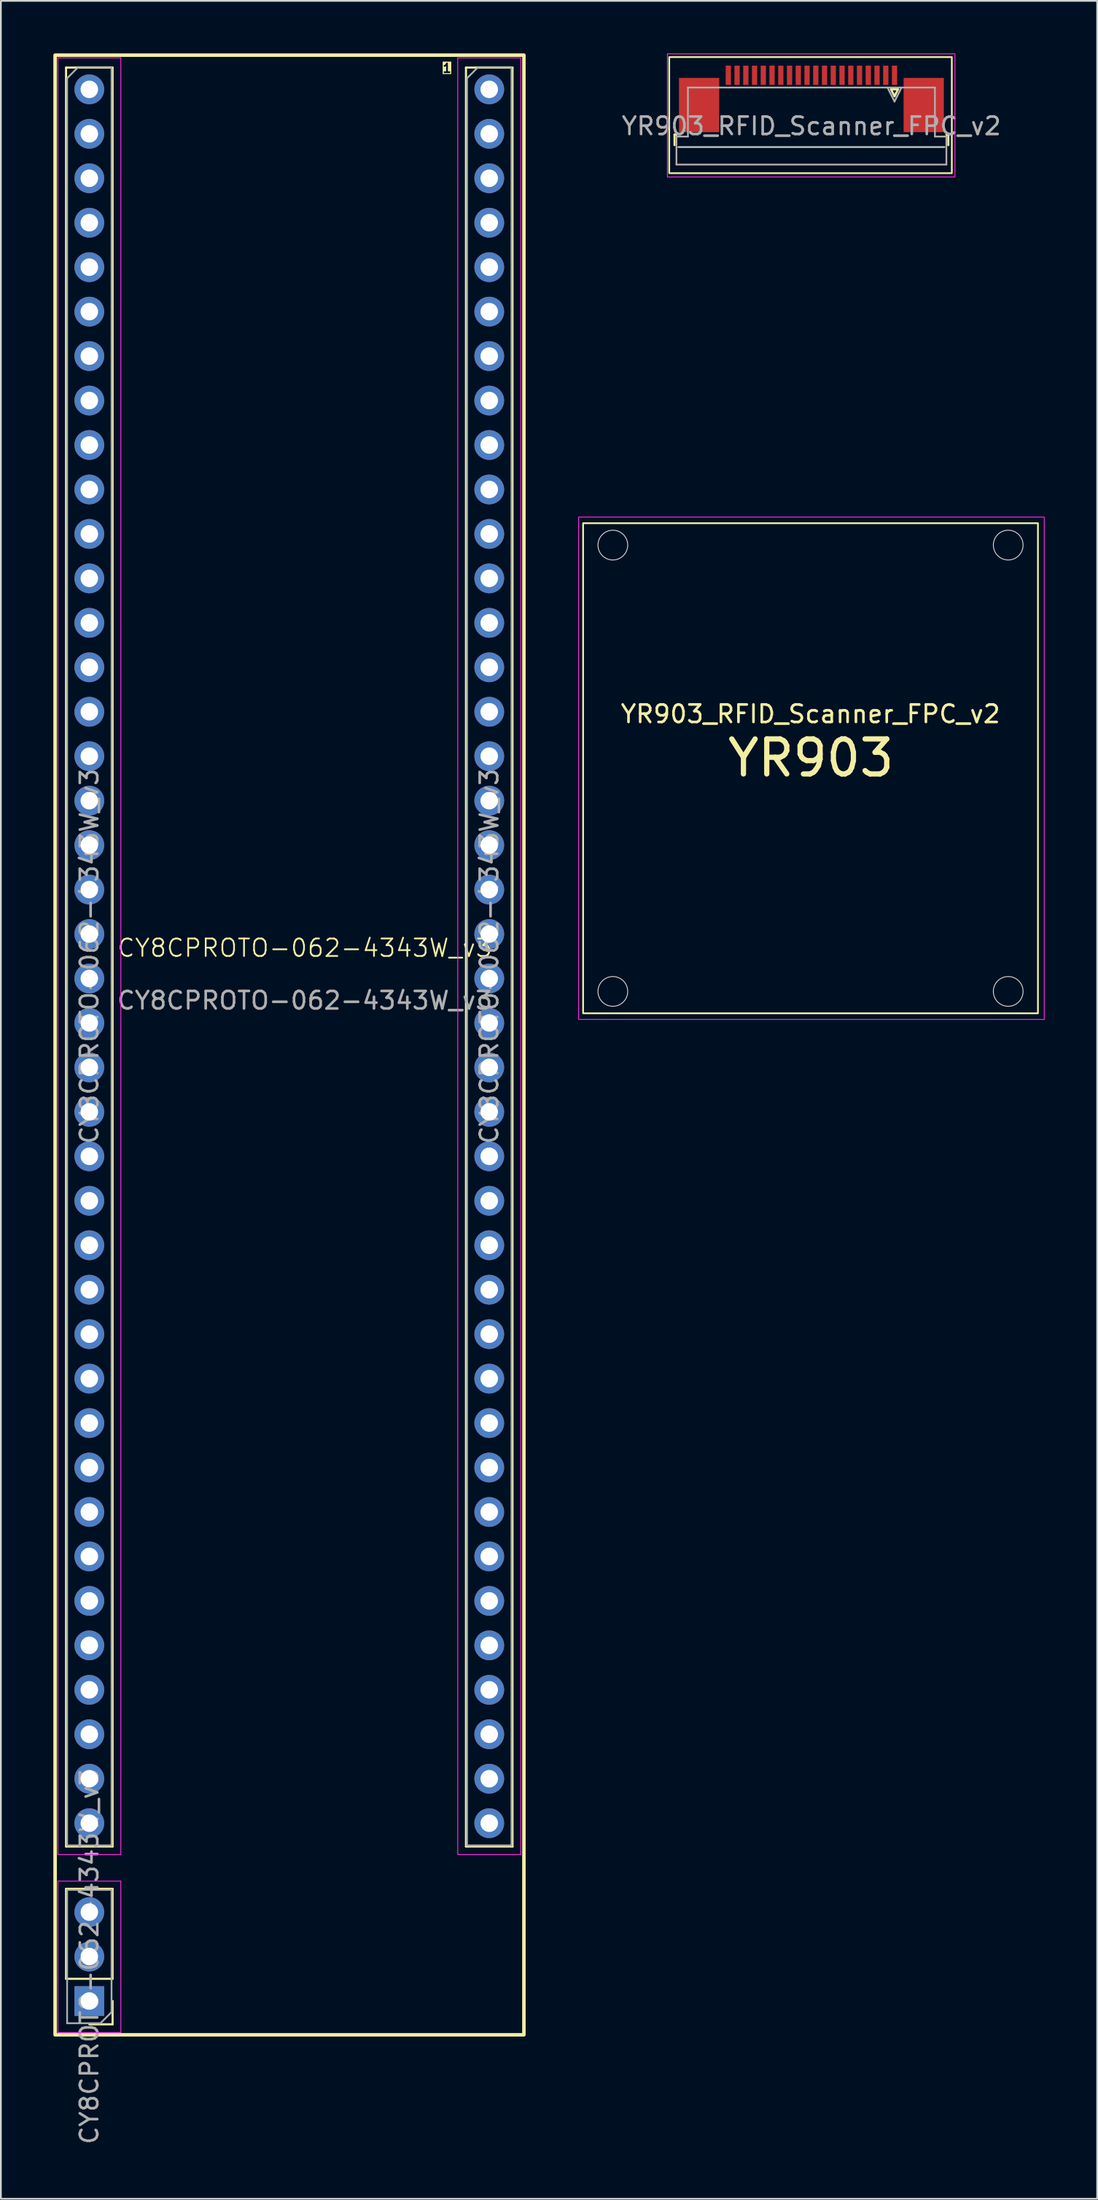
<source format=kicad_pcb>
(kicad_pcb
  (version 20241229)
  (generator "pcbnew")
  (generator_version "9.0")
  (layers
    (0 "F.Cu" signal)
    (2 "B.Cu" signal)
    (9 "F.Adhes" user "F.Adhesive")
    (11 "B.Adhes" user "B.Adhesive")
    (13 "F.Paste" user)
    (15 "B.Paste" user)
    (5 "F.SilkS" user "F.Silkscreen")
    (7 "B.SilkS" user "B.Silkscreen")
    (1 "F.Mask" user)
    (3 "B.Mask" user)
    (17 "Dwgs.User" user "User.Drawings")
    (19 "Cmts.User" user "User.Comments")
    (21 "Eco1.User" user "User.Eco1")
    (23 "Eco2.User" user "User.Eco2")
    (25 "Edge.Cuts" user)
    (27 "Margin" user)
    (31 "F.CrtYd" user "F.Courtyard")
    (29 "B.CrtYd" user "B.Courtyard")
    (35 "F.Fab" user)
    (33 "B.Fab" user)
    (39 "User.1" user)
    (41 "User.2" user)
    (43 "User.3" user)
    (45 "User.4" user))
  (footprint "YR903_RFID_Scanner_FPC_v2"
    (layer "F.Cu")
    (at 43.281 40.843)
    (property "Reference" "YR903_RFID_Scanner_FPC_v2" (at 0 -3.1 0) (layer "F.SilkS") (effects (font (size 1 1) (thickness 0.15))))
    (attr smd)
    (fp_line (start -7.774 -36.202) (end -7.774 -35.602) (stroke (width 0.12) (type solid)) (layer "F.SilkS"))
    (fp_line (start -7.664 -36.202) (end -7.774 -36.202) (stroke (width 0.12) (type solid)) (layer "F.SilkS"))
    (fp_line (start 4.601 -38.792) (end 5.001 -38.792) (stroke (width 0.12) (type solid)) (layer "F.SilkS"))
    (fp_line (start 4.801 -38.392) (end 4.601 -38.792) (stroke (width 0.12) (type solid)) (layer "F.SilkS"))
    (fp_line (start 5.001 -38.792) (end 4.801 -38.392) (stroke (width 0.12) (type solid)) (layer "F.SilkS"))
    (fp_line (start 7.766 -36.202) (end 7.876 -36.202) (stroke (width 0.12) (type solid)) (layer "F.SilkS"))
    (fp_line (start 7.876 -36.202) (end 7.876 -35.602) (stroke (width 0.12) (type solid)) (layer "F.SilkS"))
    (fp_rect (start -13 -14) (end 13 14) (stroke (width 0.1) (type default)) (fill no) (layer "F.SilkS"))
    (fp_rect (start 8.077 -40.63) (end -8.077 -34) (stroke (width 0.1) (type default)) (fill no) (layer "F.SilkS"))
    (fp_line (start -7.554 -35.492) (end 7.656 -35.492) (stroke (width 0.1) (type solid)) (layer "Dwgs.User"))
    (fp_circle (center -11.3 -12.75) (end -10.45 -12.75) (stroke (width 0.05) (type default)) (fill no) (layer "Edge.Cuts"))
    (fp_circle (center -11.3 12.75) (end -10.45 12.75) (stroke (width 0.05) (type default)) (fill no) (layer "Edge.Cuts"))
    (fp_circle (center 11.3 -12.75) (end 12.15 -12.75) (stroke (width 0.05) (type default)) (fill no) (layer "Edge.Cuts"))
    (fp_circle (center 11.3 12.75) (end 12.15 12.75) (stroke (width 0.05) (type default)) (fill no) (layer "Edge.Cuts"))
    (fp_rect (start -13.259 -14.351) (end 13.36 14.351) (stroke (width 0.05) (type default)) (fill no) (layer "F.CrtYd"))
    (fp_rect (start -8.179 -40.818) (end 8.255 -33.782) (stroke (width 0.05) (type default)) (fill no) (layer "F.CrtYd"))
    (fp_line (start -7.664 -36.092) (end -7.664 -34.492) (stroke (width 0.1) (type solid)) (layer "F.Fab"))
    (fp_line (start -7.664 -34.492) (end 7.766 -34.492) (stroke (width 0.1) (type solid)) (layer "F.Fab"))
    (fp_line (start -7.009 -38.892) (end -7.009 -36.092) (stroke (width 0.1) (type solid)) (layer "F.Fab"))
    (fp_line (start -7.009 -36.092) (end -7.664 -36.092) (stroke (width 0.1) (type solid)) (layer "F.Fab"))
    (fp_line (start 4.801 -38.092) (end 4.401 -38.892) (stroke (width 0.1) (type solid)) (layer "F.Fab"))
    (fp_line (start 5.201 -38.892) (end 4.801 -38.092) (stroke (width 0.1) (type solid)) (layer "F.Fab"))
    (fp_line (start 7.111 -38.892) (end -7.009 -38.892) (stroke (width 0.1) (type solid)) (layer "F.Fab"))
    (fp_line (start 7.111 -36.092) (end 7.111 -38.892) (stroke (width 0.1) (type solid)) (layer "F.Fab"))
    (fp_line (start 7.766 -36.092) (end 7.111 -36.092) (stroke (width 0.1) (type solid)) (layer "F.Fab"))
    (fp_line (start 7.766 -34.492) (end 7.766 -36.092) (stroke (width 0.1) (type solid)) (layer "F.Fab"))
    (fp_text user "YR903" (at -4.889 0.585 0) (unlocked yes) (layer "F.SilkS") (effects (font (size 2 2) (thickness 0.3)) (justify left bottom)))
    (fp_text user "${REFERENCE}" (at 0.051 -36.692 0) (layer "F.Fab") (effects (font (size 1 1) (thickness 0.15))))
    (pad "1" smd rect (at 4.801 -39.592) (size 0.3 1.1) (layers "F.Cu" "F.Mask" "F.Paste"))
    (pad "2" smd rect (at 4.301 -39.592) (size 0.3 1.1) (layers "F.Cu" "F.Mask" "F.Paste"))
    (pad "3" smd rect (at 3.801 -39.592) (size 0.3 1.1) (layers "F.Cu" "F.Mask" "F.Paste"))
    (pad "4" smd rect (at 3.301 -39.592) (size 0.3 1.1) (layers "F.Cu" "F.Mask" "F.Paste"))
    (pad "5" smd rect (at 2.801 -39.592) (size 0.3 1.1) (layers "F.Cu" "F.Mask" "F.Paste"))
    (pad "6" smd rect (at 2.301 -39.592) (size 0.3 1.1) (layers "F.Cu" "F.Mask" "F.Paste"))
    (pad "7" smd rect (at 1.801 -39.592) (size 0.3 1.1) (layers "F.Cu" "F.Mask" "F.Paste"))
    (pad "8" smd rect (at 1.301 -39.592) (size 0.3 1.1) (layers "F.Cu" "F.Mask" "F.Paste"))
    (pad "9" smd rect (at 0.801 -39.592) (size 0.3 1.1) (layers "F.Cu" "F.Mask" "F.Paste"))
    (pad "10" smd rect (at 0.301 -39.592) (size 0.3 1.1) (layers "F.Cu" "F.Mask" "F.Paste"))
    (pad "11" smd rect (at -0.199 -39.592) (size 0.3 1.1) (layers "F.Cu" "F.Mask" "F.Paste"))
    (pad "12" smd rect (at -0.699 -39.592) (size 0.3 1.1) (layers "F.Cu" "F.Mask" "F.Paste"))
    (pad "13" smd rect (at -1.199 -39.592) (size 0.3 1.1) (layers "F.Cu" "F.Mask" "F.Paste"))
    (pad "14" smd rect (at -1.699 -39.592) (size 0.3 1.1) (layers "F.Cu" "F.Mask" "F.Paste"))
    (pad "15" smd rect (at -2.199 -39.592) (size 0.3 1.1) (layers "F.Cu" "F.Mask" "F.Paste"))
    (pad "16" smd rect (at -2.699 -39.592) (size 0.3 1.1) (layers "F.Cu" "F.Mask" "F.Paste"))
    (pad "17" smd rect (at -3.199 -39.592) (size 0.3 1.1) (layers "F.Cu" "F.Mask" "F.Paste"))
    (pad "18" smd rect (at -3.699 -39.592) (size 0.3 1.1) (layers "F.Cu" "F.Mask" "F.Paste"))
    (pad "19" smd rect (at -4.199 -39.592) (size 0.3 1.1) (layers "F.Cu" "F.Mask" "F.Paste"))
    (pad "20" smd rect (at -4.699 -39.592) (size 0.3 1.1) (layers "F.Cu" "F.Mask" "F.Paste"))
    (pad "MP" smd rect (at -6.369 -37.892) (size 2.3 3.1) (layers "F.Cu" "F.Mask" "F.Paste"))
    (pad "MP" smd rect (at 6.471 -37.892) (size 2.3 3.1) (layers "F.Cu" "F.Mask" "F.Paste")))
  (footprint "CY8CPROTO-062-4343W_v3"
    (layer "F.Cu")
    (at 14.375 51.611)
    (property "Reference" "CY8CPROTO-062-4343W_v3" (at 0 -0.5 0) (unlocked yes) (layer "F.SilkS") (effects (font (size 1 1) (thickness 0.1))))
    (attr through_hole)
    (fp_line (start -13.649 -50.8) (end -13.649 50.834) (stroke (width 0.12) (type solid)) (layer "F.SilkS"))
    (fp_line (start -13.649 -50.8) (end -10.989 -50.8) (stroke (width 0.12) (type solid)) (layer "F.SilkS"))
    (fp_line (start -13.649 50.834) (end -10.989 50.834) (stroke (width 0.12) (type solid)) (layer "F.SilkS"))
    (fp_line (start -13.649 58.394) (end -13.649 53.254) (stroke (width 0.12) (type solid)) (layer "F.SilkS"))
    (fp_line (start -10.989 -50.8) (end -10.989 50.834) (stroke (width 0.12) (type solid)) (layer "F.SilkS"))
    (fp_line (start -10.989 53.254) (end -13.649 53.254) (stroke (width 0.12) (type solid)) (layer "F.SilkS"))
    (fp_line (start -10.989 58.394) (end -13.649 58.394) (stroke (width 0.12) (type solid)) (layer "F.SilkS"))
    (fp_line (start -10.989 58.394) (end -10.989 53.254) (stroke (width 0.12) (type solid)) (layer "F.SilkS"))
    (fp_line (start -10.989 59.664) (end -10.989 60.994) (stroke (width 0.12) (type solid)) (layer "F.SilkS"))
    (fp_line (start -10.989 60.994) (end -12.319 60.994) (stroke (width 0.12) (type solid)) (layer "F.SilkS"))
    (fp_line (start 9.211 -50.8) (end 9.211 50.834) (stroke (width 0.12) (type solid)) (layer "F.SilkS"))
    (fp_line (start 9.211 -50.8) (end 11.871 -50.8) (stroke (width 0.12) (type solid)) (layer "F.SilkS"))
    (fp_line (start 9.211 50.834) (end 11.871 50.834) (stroke (width 0.12) (type solid)) (layer "F.SilkS"))
    (fp_line (start 11.871 -50.8) (end 11.871 50.834) (stroke (width 0.12) (type solid)) (layer "F.SilkS"))
    (fp_rect (start -14.275 -51.511) (end 12.522 61.595) (stroke (width 0.2) (type solid)) (fill no) (layer "F.SilkS"))
    (fp_line (start -14.119 -51.356) (end -14.119 51.294) (stroke (width 0.05) (type solid)) (layer "F.CrtYd"))
    (fp_line (start -14.119 51.294) (end -10.519 51.294) (stroke (width 0.05) (type solid)) (layer "F.CrtYd"))
    (fp_line (start -14.119 52.814) (end -14.119 61.464) (stroke (width 0.05) (type solid)) (layer "F.CrtYd"))
    (fp_line (start -14.119 61.464) (end -10.519 61.464) (stroke (width 0.05) (type solid)) (layer "F.CrtYd"))
    (fp_line (start -10.519 -51.356) (end -14.119 -51.356) (stroke (width 0.05) (type solid)) (layer "F.CrtYd"))
    (fp_line (start -10.519 51.294) (end -10.519 -51.356) (stroke (width 0.05) (type solid)) (layer "F.CrtYd"))
    (fp_line (start -10.519 52.814) (end -14.119 52.814) (stroke (width 0.05) (type solid)) (layer "F.CrtYd"))
    (fp_line (start -10.519 61.464) (end -10.519 52.814) (stroke (width 0.05) (type solid)) (layer "F.CrtYd"))
    (fp_line (start 8.741 -51.356) (end 8.741 51.294) (stroke (width 0.05) (type solid)) (layer "F.CrtYd"))
    (fp_line (start 8.741 51.294) (end 12.341 51.294) (stroke (width 0.05) (type solid)) (layer "F.CrtYd"))
    (fp_line (start 12.341 -51.356) (end 8.741 -51.356) (stroke (width 0.05) (type solid)) (layer "F.CrtYd"))
    (fp_line (start 12.341 51.294) (end 12.341 -51.356) (stroke (width 0.05) (type solid)) (layer "F.CrtYd"))
    (fp_line (start -13.589 -50.191) (end -12.954 -50.826) (stroke (width 0.1) (type solid)) (layer "F.Fab"))
    (fp_line (start -13.589 50.774) (end -13.589 -50.191) (stroke (width 0.1) (type solid)) (layer "F.Fab"))
    (fp_line (start -13.589 53.314) (end -11.049 53.314) (stroke (width 0.1) (type solid)) (layer "F.Fab"))
    (fp_line (start -13.589 60.934) (end -13.589 53.314) (stroke (width 0.1) (type solid)) (layer "F.Fab"))
    (fp_line (start -12.954 -50.826) (end -11.049 -50.826) (stroke (width 0.1) (type solid)) (layer "F.Fab"))
    (fp_line (start -11.684 60.934) (end -13.589 60.934) (stroke (width 0.1) (type solid)) (layer "F.Fab"))
    (fp_line (start -11.049 -50.826) (end -11.049 50.774) (stroke (width 0.1) (type solid)) (layer "F.Fab"))
    (fp_line (start -11.049 50.774) (end -13.589 50.774) (stroke (width 0.1) (type solid)) (layer "F.Fab"))
    (fp_line (start -11.049 53.314) (end -11.049 60.299) (stroke (width 0.1) (type solid)) (layer "F.Fab"))
    (fp_line (start -11.049 60.299) (end -11.684 60.934) (stroke (width 0.1) (type solid)) (layer "F.Fab"))
    (fp_line (start 9.271 -50.191) (end 9.906 -50.826) (stroke (width 0.1) (type solid)) (layer "F.Fab"))
    (fp_line (start 9.271 50.774) (end 9.271 -50.191) (stroke (width 0.1) (type solid)) (layer "F.Fab"))
    (fp_line (start 9.906 -50.826) (end 11.811 -50.826) (stroke (width 0.1) (type solid)) (layer "F.Fab"))
    (fp_line (start 11.811 -50.826) (end 11.811 50.774) (stroke (width 0.1) (type solid)) (layer "F.Fab"))
    (fp_line (start 11.811 50.774) (end 9.271 50.774) (stroke (width 0.1) (type solid)) (layer "F.Fab"))
    (fp_text user "1" (at 7.823 -50.47 0) (unlocked yes) (layer "F.SilkS" knockout) (effects (font (size 0.5 0.5) (thickness 0.1)) (justify left bottom)))
    (fp_text user "${REFERENCE}" (at 0 2.5 0) (unlocked yes) (layer "F.Fab") (effects (font (size 1 1) (thickness 0.15))))
    (fp_text user "${REFERENCE}" (at -12.319 -0.026 90) (layer "F.Fab") (effects (font (size 1 1) (thickness 0.15))))
    (fp_text user "${REFERENCE}" (at -12.319 57.124 90) (layer "F.Fab") (effects (font (size 1 1) (thickness 0.15))))
    (fp_text user "${REFERENCE}" (at 10.541 -0.026 90) (layer "F.Fab") (effects (font (size 1 1) (thickness 0.15))))
    (pad "1" thru_hole circle (at 10.541 -49.556) (size 1.7 1.7) (drill 1) (layers "*.Cu" "*.Mask"))
    (pad "2" thru_hole oval (at 10.541 -47.016) (size 1.7 1.7) (drill 1) (layers "*.Cu" "*.Mask"))
    (pad "3" thru_hole oval (at 10.541 -44.476) (size 1.7 1.7) (drill 1) (layers "*.Cu" "*.Mask"))
    (pad "4" thru_hole oval (at 10.541 -41.936) (size 1.7 1.7) (drill 1) (layers "*.Cu" "*.Mask"))
    (pad "5" thru_hole oval (at 10.541 -39.396) (size 1.7 1.7) (drill 1) (layers "*.Cu" "*.Mask"))
    (pad "6" thru_hole oval (at 10.541 -36.856) (size 1.7 1.7) (drill 1) (layers "*.Cu" "*.Mask"))
    (pad "7" thru_hole oval (at 10.541 -34.316) (size 1.7 1.7) (drill 1) (layers "*.Cu" "*.Mask"))
    (pad "8" thru_hole oval (at 10.541 -31.776) (size 1.7 1.7) (drill 1) (layers "*.Cu" "*.Mask"))
    (pad "9" thru_hole oval (at 10.541 -29.236) (size 1.7 1.7) (drill 1) (layers "*.Cu" "*.Mask"))
    (pad "10" thru_hole oval (at 10.541 -26.696) (size 1.7 1.7) (drill 1) (layers "*.Cu" "*.Mask"))
    (pad "11" thru_hole oval (at 10.541 -24.156) (size 1.7 1.7) (drill 1) (layers "*.Cu" "*.Mask"))
    (pad "12" thru_hole oval (at 10.541 -21.616) (size 1.7 1.7) (drill 1) (layers "*.Cu" "*.Mask"))
    (pad "13" thru_hole oval (at 10.541 -19.076) (size 1.7 1.7) (drill 1) (layers "*.Cu" "*.Mask"))
    (pad "14" thru_hole oval (at 10.541 -16.536) (size 1.7 1.7) (drill 1) (layers "*.Cu" "*.Mask"))
    (pad "15" thru_hole oval (at 10.541 -13.996) (size 1.7 1.7) (drill 1) (layers "*.Cu" "*.Mask"))
    (pad "16" thru_hole oval (at 10.541 -11.456) (size 1.7 1.7) (drill 1) (layers "*.Cu" "*.Mask"))
    (pad "17" thru_hole oval (at 10.541 -8.916) (size 1.7 1.7) (drill 1) (layers "*.Cu" "*.Mask"))
    (pad "18" thru_hole oval (at 10.541 -6.376) (size 1.7 1.7) (drill 1) (layers "*.Cu" "*.Mask"))
    (pad "19" thru_hole oval (at 10.541 -3.836) (size 1.7 1.7) (drill 1) (layers "*.Cu" "*.Mask"))
    (pad "20" thru_hole oval (at 10.541 -1.296) (size 1.7 1.7) (drill 1) (layers "*.Cu" "*.Mask"))
    (pad "21" thru_hole oval (at 10.541 1.244) (size 1.7 1.7) (drill 1) (layers "*.Cu" "*.Mask"))
    (pad "22" thru_hole oval (at 10.541 3.784) (size 1.7 1.7) (drill 1) (layers "*.Cu" "*.Mask"))
    (pad "23" thru_hole oval (at 10.541 6.324) (size 1.7 1.7) (drill 1) (layers "*.Cu" "*.Mask"))
    (pad "24" thru_hole oval (at 10.541 8.864) (size 1.7 1.7) (drill 1) (layers "*.Cu" "*.Mask"))
    (pad "25" thru_hole oval (at 10.541 11.404) (size 1.7 1.7) (drill 1) (layers "*.Cu" "*.Mask"))
    (pad "26" thru_hole oval (at 10.541 13.944) (size 1.7 1.7) (drill 1) (layers "*.Cu" "*.Mask"))
    (pad "27" thru_hole oval (at 10.541 16.484) (size 1.7 1.7) (drill 1) (layers "*.Cu" "*.Mask"))
    (pad "28" thru_hole oval (at 10.541 19.024) (size 1.7 1.7) (drill 1) (layers "*.Cu" "*.Mask"))
    (pad "29" thru_hole oval (at 10.541 21.564) (size 1.7 1.7) (drill 1) (layers "*.Cu" "*.Mask"))
    (pad "30" thru_hole oval (at 10.541 24.104) (size 1.7 1.7) (drill 1) (layers "*.Cu" "*.Mask"))
    (pad "31" thru_hole oval (at 10.541 26.644) (size 1.7 1.7) (drill 1) (layers "*.Cu" "*.Mask"))
    (pad "32" thru_hole oval (at 10.541 29.184) (size 1.7 1.7) (drill 1) (layers "*.Cu" "*.Mask"))
    (pad "33" thru_hole oval (at 10.541 31.724) (size 1.7 1.7) (drill 1) (layers "*.Cu" "*.Mask"))
    (pad "34" thru_hole oval (at 10.541 34.264) (size 1.7 1.7) (drill 1) (layers "*.Cu" "*.Mask"))
    (pad "35" thru_hole oval (at 10.541 36.804) (size 1.7 1.7) (drill 1) (layers "*.Cu" "*.Mask"))
    (pad "36" thru_hole oval (at 10.541 39.344) (size 1.7 1.7) (drill 1) (layers "*.Cu" "*.Mask"))
    (pad "37" thru_hole oval (at 10.541 41.884) (size 1.7 1.7) (drill 1) (layers "*.Cu" "*.Mask"))
    (pad "38" thru_hole oval (at 10.541 44.424) (size 1.7 1.7) (drill 1) (layers "*.Cu" "*.Mask"))
    (pad "39" thru_hole oval (at 10.541 46.964) (size 1.7 1.7) (drill 1) (layers "*.Cu" "*.Mask"))
    (pad "40" thru_hole oval (at 10.541 49.504) (size 1.7 1.7) (drill 1) (layers "*.Cu" "*.Mask"))
    (pad "41" thru_hole oval (at -12.319 49.504) (size 1.7 1.7) (drill 1) (layers "*.Cu" "*.Mask"))
    (pad "42" thru_hole oval (at -12.319 46.964) (size 1.7 1.7) (drill 1) (layers "*.Cu" "*.Mask"))
    (pad "43" thru_hole oval (at -12.319 44.424) (size 1.7 1.7) (drill 1) (layers "*.Cu" "*.Mask"))
    (pad "44" thru_hole oval (at -12.319 41.884) (size 1.7 1.7) (drill 1) (layers "*.Cu" "*.Mask"))
    (pad "45" thru_hole oval (at -12.319 39.344) (size 1.7 1.7) (drill 1) (layers "*.Cu" "*.Mask"))
    (pad "46" thru_hole oval (at -12.319 36.804) (size 1.7 1.7) (drill 1) (layers "*.Cu" "*.Mask"))
    (pad "47" thru_hole oval (at -12.319 34.264) (size 1.7 1.7) (drill 1) (layers "*.Cu" "*.Mask"))
    (pad "48" thru_hole oval (at -12.319 31.724) (size 1.7 1.7) (drill 1) (layers "*.Cu" "*.Mask"))
    (pad "49" thru_hole oval (at -12.319 29.184) (size 1.7 1.7) (drill 1) (layers "*.Cu" "*.Mask"))
    (pad "50" thru_hole oval (at -12.319 26.644) (size 1.7 1.7) (drill 1) (layers "*.Cu" "*.Mask"))
    (pad "51" thru_hole oval (at -12.319 24.104) (size 1.7 1.7) (drill 1) (layers "*.Cu" "*.Mask"))
    (pad "52" thru_hole oval (at -12.319 21.564) (size 1.7 1.7) (drill 1) (layers "*.Cu" "*.Mask"))
    (pad "53" thru_hole oval (at -12.319 19.024) (size 1.7 1.7) (drill 1) (layers "*.Cu" "*.Mask"))
    (pad "54" thru_hole oval (at -12.319 16.484) (size 1.7 1.7) (drill 1) (layers "*.Cu" "*.Mask"))
    (pad "55" thru_hole oval (at -12.319 13.944) (size 1.7 1.7) (drill 1) (layers "*.Cu" "*.Mask"))
    (pad "56" thru_hole oval (at -12.319 11.404) (size 1.7 1.7) (drill 1) (layers "*.Cu" "*.Mask"))
    (pad "57" thru_hole oval (at -12.319 8.864) (size 1.7 1.7) (drill 1) (layers "*.Cu" "*.Mask"))
    (pad "58" thru_hole oval (at -12.319 6.324) (size 1.7 1.7) (drill 1) (layers "*.Cu" "*.Mask"))
    (pad "59" thru_hole oval (at -12.319 3.784) (size 1.7 1.7) (drill 1) (layers "*.Cu" "*.Mask"))
    (pad "60" thru_hole oval (at -12.319 1.244) (size 1.7 1.7) (drill 1) (layers "*.Cu" "*.Mask"))
    (pad "61" thru_hole oval (at -12.319 -1.296) (size 1.7 1.7) (drill 1) (layers "*.Cu" "*.Mask"))
    (pad "62" thru_hole oval (at -12.319 -3.836) (size 1.7 1.7) (drill 1) (layers "*.Cu" "*.Mask"))
    (pad "63" thru_hole oval (at -12.319 -6.376) (size 1.7 1.7) (drill 1) (layers "*.Cu" "*.Mask"))
    (pad "64" thru_hole oval (at -12.319 -8.916) (size 1.7 1.7) (drill 1) (layers "*.Cu" "*.Mask"))
    (pad "65" thru_hole oval (at -12.319 -11.456) (size 1.7 1.7) (drill 1) (layers "*.Cu" "*.Mask"))
    (pad "66" thru_hole oval (at -12.319 -13.996) (size 1.7 1.7) (drill 1) (layers "*.Cu" "*.Mask"))
    (pad "67" thru_hole oval (at -12.319 -16.536) (size 1.7 1.7) (drill 1) (layers "*.Cu" "*.Mask"))
    (pad "68" thru_hole oval (at -12.319 -19.076) (size 1.7 1.7) (drill 1) (layers "*.Cu" "*.Mask"))
    (pad "69" thru_hole oval (at -12.319 -21.616) (size 1.7 1.7) (drill 1) (layers "*.Cu" "*.Mask"))
    (pad "70" thru_hole oval (at -12.319 -24.156) (size 1.7 1.7) (drill 1) (layers "*.Cu" "*.Mask"))
    (pad "71" thru_hole oval (at -12.319 -26.696) (size 1.7 1.7) (drill 1) (layers "*.Cu" "*.Mask"))
    (pad "72" thru_hole oval (at -12.319 -29.236) (size 1.7 1.7) (drill 1) (layers "*.Cu" "*.Mask"))
    (pad "73" thru_hole oval (at -12.319 -31.776) (size 1.7 1.7) (drill 1) (layers "*.Cu" "*.Mask"))
    (pad "74" thru_hole oval (at -12.319 -34.316) (size 1.7 1.7) (drill 1) (layers "*.Cu" "*.Mask"))
    (pad "75" thru_hole oval (at -12.319 -36.856) (size 1.7 1.7) (drill 1) (layers "*.Cu" "*.Mask"))
    (pad "76" thru_hole oval (at -12.319 -39.396) (size 1.7 1.7) (drill 1) (layers "*.Cu" "*.Mask"))
    (pad "77" thru_hole oval (at -12.319 -41.936) (size 1.7 1.7) (drill 1) (layers "*.Cu" "*.Mask"))
    (pad "78" thru_hole oval (at -12.319 -44.476) (size 1.7 1.7) (drill 1) (layers "*.Cu" "*.Mask"))
    (pad "79" thru_hole oval (at -12.319 -47.016) (size 1.7 1.7) (drill 1) (layers "*.Cu" "*.Mask"))
    (pad "80" thru_hole circle (at -12.319 -49.556) (size 1.7 1.7) (drill 1) (layers "*.Cu" "*.Mask"))
    (pad "81" thru_hole oval (at -12.319 54.584 180) (size 1.7 1.7) (drill 1) (layers "*.Cu" "*.Mask"))
    (pad "82" thru_hole oval (at -12.319 57.124 180) (size 1.7 1.7) (drill 1) (layers "*.Cu" "*.Mask"))
    (pad "83" thru_hole rect (at -12.319 59.664 180) (size 1.7 1.7) (drill 1) (layers "*.Cu" "*.Mask")))
  (gr_rect
    (start -3 -3)
    (end 59.666 122.574)
    (stroke (width 0.1) (type default))
    (fill no)
    (layer "Edge.Cuts")))
</source>
